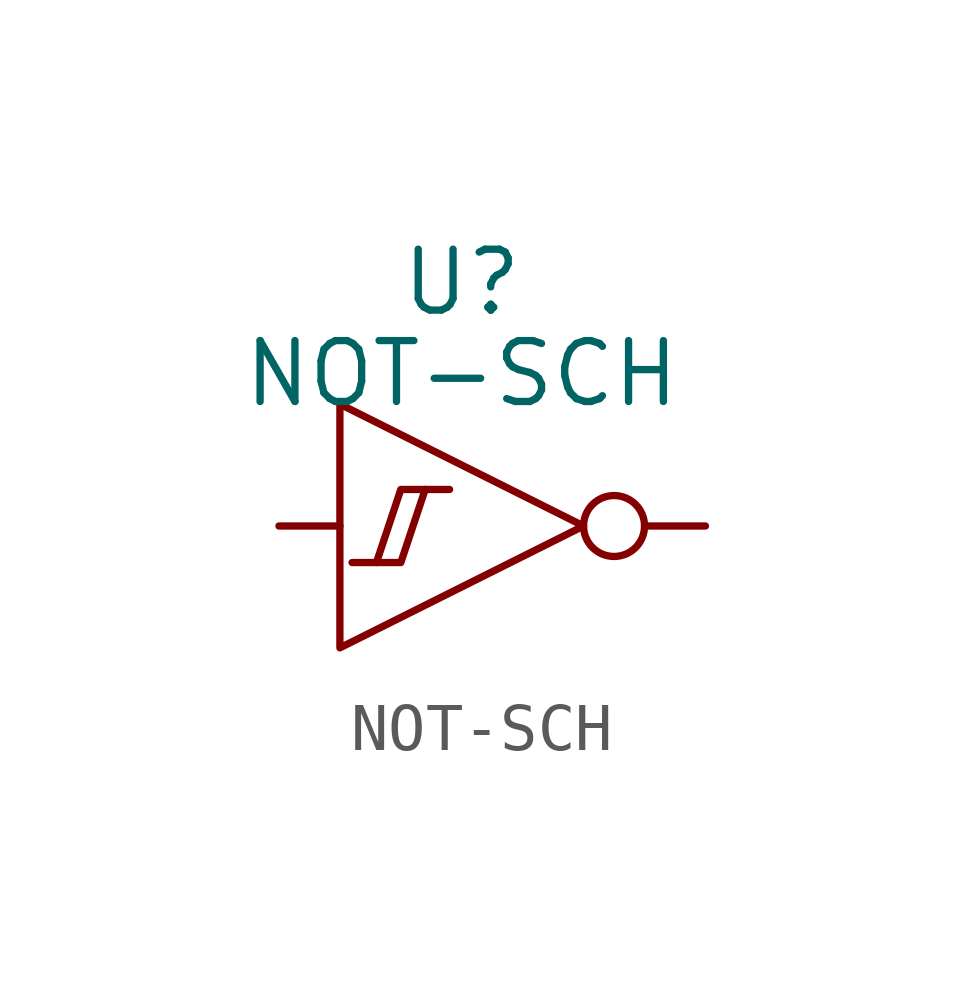
<source format=kicad_sym>
(kicad_symbol_lib
  (version 20231120)
  (generator "kicad_symbol_editor")
  (generator_version "8.0")
  (symbol "NOT-SCH"
    (pin_numbers hide)
    (pin_names
      (offset 0) hide)
    (property "Reference" "U"
      (at 0 5.08 0)
      (effects (font (size 1.27 1.27))))
    (property "Value" "NOT-SCH"
      (at 0 3.175 0)
      (effects (font (size 1.27 1.27))))
    (property "Footprint" ""
      (at 0 0 0)
      (effects (font (size 1.524 1.524))))
    (property "Datasheet" ""
      (at 0 0 0)
      (effects (font (size 1.524 1.524))))
    (symbol "NOT-SCH_0_1"
      (polyline (pts (xy -1.778 -0.762) (xy -1.27 0.762) (xy -0.762 0.762)) (stroke (width 0) (type default)) (fill (type none)))
      (polyline (pts (xy -2.54 2.54) (xy 2.54 0) (xy -2.54 -2.54) (xy -2.54 2.54)) (stroke (width 0) (type default)) (fill (type none)))
      (polyline (pts (xy -0.254 0.762) (xy -0.762 0.762) (xy -1.27 -0.762) (xy -2.286 -0.762)) (stroke (width 0) (type default)) (fill (type none)))
      (circle (center 3.175 0) (radius 0.635) (stroke (width 0) (type default)) (fill (type none))))
    (symbol "NOT-SCH_1_1"
      (pin input line (at -3.81 0 0) (length 1.27) (name "~" (effects (font (size 1.27 1.27)))) (number "~" (effects (font (size 1.27 1.27)))))
      (pin input line (at 5.08 0 180) (length 1.27) (name "~" (effects (font (size 1.27 1.27)))) (number "~" (effects (font (size 1.27 1.27))))))))
</source>
